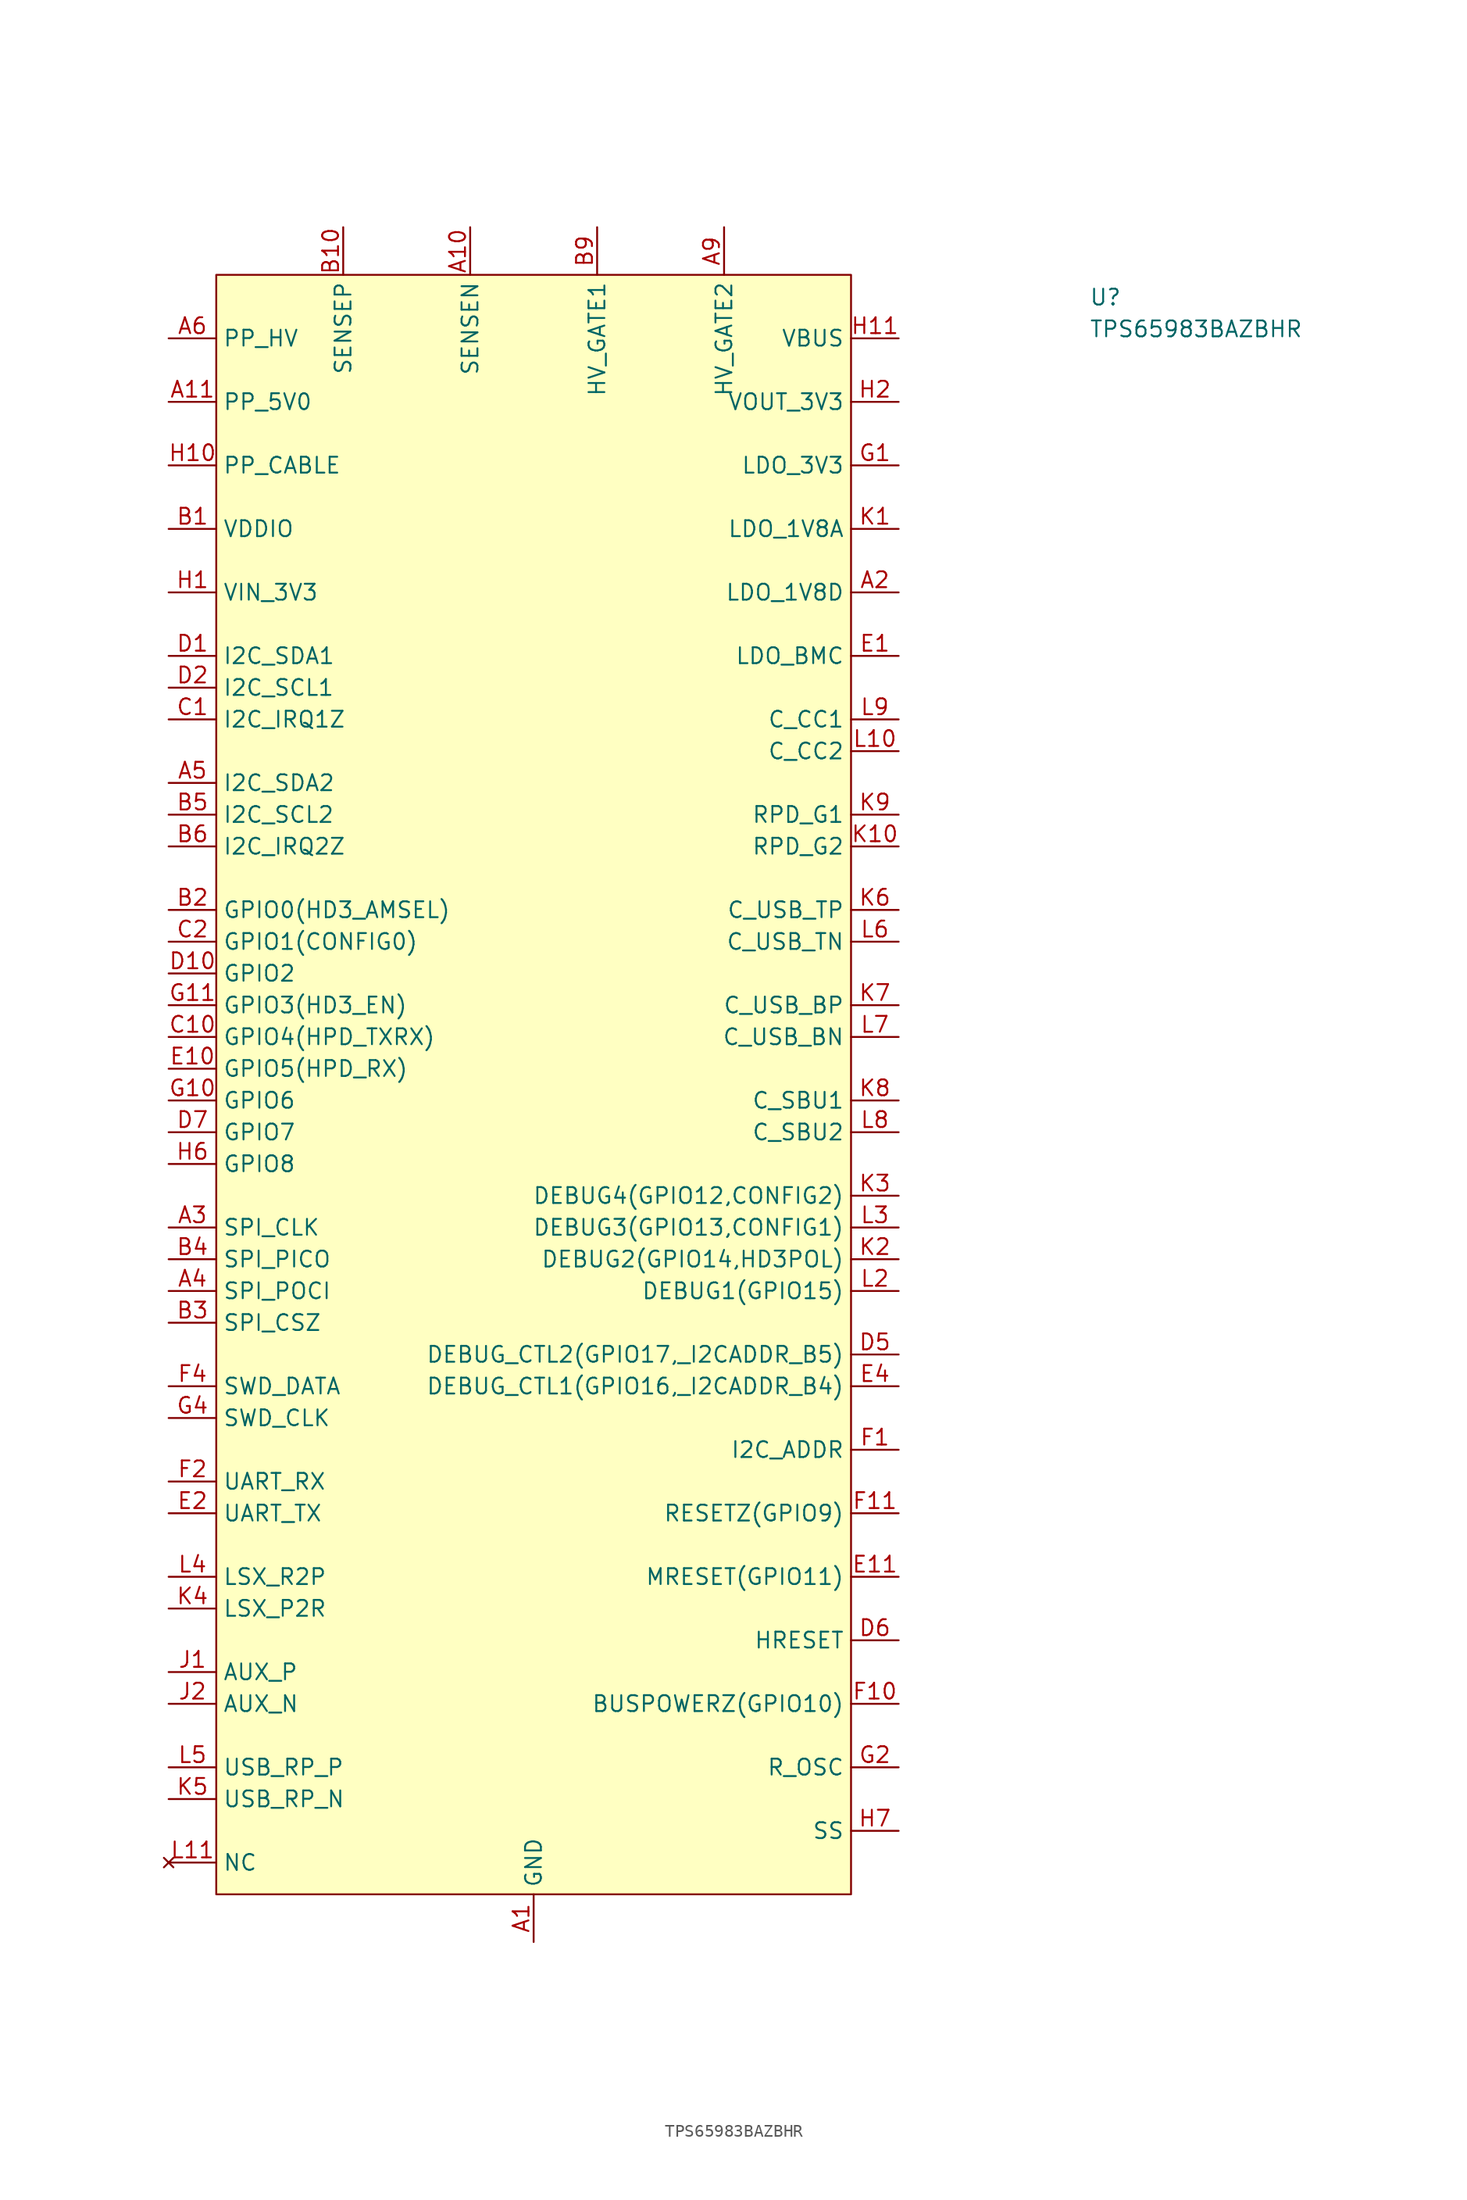
<source format=kicad_sym>
(kicad_symbol_lib
  (version 20211014)
  (generator kicad_symbol_editor)
  (symbol "TPS65983BAZBHR"
    (property "Reference" "U"
      (at 73.66 2.54 0)
      (effects (font (size 1.27 1.27) (thickness 0.15)) (justify left bottom)))
    (property "Value" "TPS65983BAZBHR"
      (at 73.66 0 0)
      (effects (font (size 1.27 1.27) (thickness 0.15)) (justify left bottom)))
    (symbol "TPS65983BAZBHR_0_1"
      (rectangle (start 3.81 5.08) (end 54.61 -124.46) (stroke (width 0) (type default) (color 0 0 0 0)) (fill (type background))))
    (symbol "TPS65983BAZBHR_1_1"
      (pin power_in line (at 29.21 -128.27 90) (length 3.81) (name "GND" (effects (font (size 1.27 1.27)))) (number "A1" (effects (font (size 1.27 1.27)))))
      (pin input line (at 24.13 8.89 270) (length 3.81) (name "SENSEN" (effects (font (size 1.27 1.27)))) (number "A10" (effects (font (size 1.27 1.27)))))
      (pin power_in line (at 0 -5.08 0) (length 3.81) (name "PP_5V0" (effects (font (size 1.27 1.27)))) (number "A11" (effects (font (size 1.27 1.27)))))
      (pin power_out line (at 58.42 -20.32 180) (length 3.81) (name "LDO_1V8D" (effects (font (size 1.27 1.27)))) (number "A2" (effects (font (size 1.27 1.27)))))
      (pin output line (at 0 -71.12 0) (length 3.81) (name "SPI_CLK" (effects (font (size 1.27 1.27)))) (number "A3" (effects (font (size 1.27 1.27)))))
      (pin input line (at 0 -76.2 0) (length 3.81) (name "SPI_POCI" (effects (font (size 1.27 1.27)))) (number "A4" (effects (font (size 1.27 1.27)))))
      (pin bidirectional line (at 0 -35.56 0) (length 3.81) (name "I2C_SDA2" (effects (font (size 1.27 1.27)))) (number "A5" (effects (font (size 1.27 1.27)))))
      (pin power_in line (at 0 0 0) (length 3.81) (name "PP_HV" (effects (font (size 1.27 1.27)))) (number "A6" (effects (font (size 1.27 1.27)))))
      (pin power_in line (at 0 0 0) (length 3.81) hide (name "PP_HV" (effects (font (size 1.27 1.27)))) (number "A7" (effects (font (size 1.27 1.27)))))
      (pin power_in line (at 0 0 0) (length 3.81) hide (name "PP_HV" (effects (font (size 1.27 1.27)))) (number "A8" (effects (font (size 1.27 1.27)))))
      (pin output line (at 44.45 8.89 270) (length 3.81) (name "HV_GATE2" (effects (font (size 1.27 1.27)))) (number "A9" (effects (font (size 1.27 1.27)))))
      (pin power_in line (at 0 -15.24 0) (length 3.81) (name "VDDIO" (effects (font (size 1.27 1.27)))) (number "B1" (effects (font (size 1.27 1.27)))))
      (pin input line (at 13.97 8.89 270) (length 3.81) (name "SENSEP" (effects (font (size 1.27 1.27)))) (number "B10" (effects (font (size 1.27 1.27)))))
      (pin power_in line (at 0 -5.08 0) (length 3.81) hide (name "PP_5V0" (effects (font (size 1.27 1.27)))) (number "B11" (effects (font (size 1.27 1.27)))))
      (pin bidirectional line (at 0 -45.72 0) (length 3.81) (name "GPIO0(HD3_AMSEL)" (effects (font (size 1.27 1.27)))) (number "B2" (effects (font (size 1.27 1.27)))))
      (pin output line (at 0 -78.74 0) (length 3.81) (name "SPI_CSZ" (effects (font (size 1.27 1.27)))) (number "B3" (effects (font (size 1.27 1.27)))))
      (pin output line (at 0 -73.66 0) (length 3.81) (name "SPI_PICO" (effects (font (size 1.27 1.27)))) (number "B4" (effects (font (size 1.27 1.27)))))
      (pin bidirectional line (at 0 -38.1 0) (length 3.81) (name "I2C_SCL2" (effects (font (size 1.27 1.27)))) (number "B5" (effects (font (size 1.27 1.27)))))
      (pin output line (at 0 -40.64 0) (length 3.81) (name "I2C_IRQ2Z" (effects (font (size 1.27 1.27)))) (number "B6" (effects (font (size 1.27 1.27)))))
      (pin power_in line (at 0 0 0) (length 3.81) hide (name "PP_HV" (effects (font (size 1.27 1.27)))) (number "B7" (effects (font (size 1.27 1.27)))))
      (pin power_in line (at 29.21 -128.27 90) (length 3.81) hide (name "GND" (effects (font (size 1.27 1.27)))) (number "B8" (effects (font (size 1.27 1.27)))))
      (pin output line (at 34.29 8.89 270) (length 3.81) (name "HV_GATE1" (effects (font (size 1.27 1.27)))) (number "B9" (effects (font (size 1.27 1.27)))))
      (pin output line (at 0 -30.48 0) (length 3.81) (name "I2C_IRQ1Z" (effects (font (size 1.27 1.27)))) (number "C1" (effects (font (size 1.27 1.27)))))
      (pin bidirectional line (at 0 -55.88 0) (length 3.81) (name "GPIO4(HPD_TXRX)" (effects (font (size 1.27 1.27)))) (number "C10" (effects (font (size 1.27 1.27)))))
      (pin power_in line (at 0 -5.08 0) (length 3.81) hide (name "PP_5V0" (effects (font (size 1.27 1.27)))) (number "C11" (effects (font (size 1.27 1.27)))))
      (pin bidirectional line (at 0 -48.26 0) (length 3.81) (name "GPIO1(CONFIG0)" (effects (font (size 1.27 1.27)))) (number "C2" (effects (font (size 1.27 1.27)))))
      (pin bidirectional line (at 0 -25.4 0) (length 3.81) (name "I2C_SDA1" (effects (font (size 1.27 1.27)))) (number "D1" (effects (font (size 1.27 1.27)))))
      (pin bidirectional line (at 0 -50.8 0) (length 3.81) (name "GPIO2" (effects (font (size 1.27 1.27)))) (number "D10" (effects (font (size 1.27 1.27)))))
      (pin power_in line (at 0 -5.08 0) (length 3.81) hide (name "PP_5V0" (effects (font (size 1.27 1.27)))) (number "D11" (effects (font (size 1.27 1.27)))))
      (pin bidirectional line (at 0 -27.94 0) (length 3.81) (name "I2C_SCL1" (effects (font (size 1.27 1.27)))) (number "D2" (effects (font (size 1.27 1.27)))))
      (pin bidirectional line (at 58.42 -81.28 180) (length 3.81) (name "DEBUG_CTL2(GPIO17,_I2CADDR_B5)" (effects (font (size 1.27 1.27)))) (number "D5" (effects (font (size 1.27 1.27)))))
      (pin input line (at 58.42 -104.14 180) (length 3.81) (name "HRESET" (effects (font (size 1.27 1.27)))) (number "D6" (effects (font (size 1.27 1.27)))))
      (pin bidirectional line (at 0 -63.5 0) (length 3.81) (name "GPIO7" (effects (font (size 1.27 1.27)))) (number "D7" (effects (font (size 1.27 1.27)))))
      (pin power_in line (at 29.21 -128.27 90) (length 3.81) hide (name "GND" (effects (font (size 1.27 1.27)))) (number "D8" (effects (font (size 1.27 1.27)))))
      (pin power_out line (at 58.42 -25.4 180) (length 3.81) (name "LDO_BMC" (effects (font (size 1.27 1.27)))) (number "E1" (effects (font (size 1.27 1.27)))))
      (pin bidirectional line (at 0 -58.42 0) (length 3.81) (name "GPIO5(HPD_RX)" (effects (font (size 1.27 1.27)))) (number "E10" (effects (font (size 1.27 1.27)))))
      (pin bidirectional line (at 58.42 -99.06 180) (length 3.81) (name "MRESET(GPIO11)" (effects (font (size 1.27 1.27)))) (number "E11" (effects (font (size 1.27 1.27)))))
      (pin output line (at 0 -93.98 0) (length 3.81) (name "UART_TX" (effects (font (size 1.27 1.27)))) (number "E2" (effects (font (size 1.27 1.27)))))
      (pin bidirectional line (at 58.42 -83.82 180) (length 3.81) (name "DEBUG_CTL1(GPIO16,_I2CADDR_B4)" (effects (font (size 1.27 1.27)))) (number "E4" (effects (font (size 1.27 1.27)))))
      (pin power_in line (at 29.21 -128.27 90) (length 3.81) hide (name "GND" (effects (font (size 1.27 1.27)))) (number "E5" (effects (font (size 1.27 1.27)))))
      (pin power_in line (at 29.21 -128.27 90) (length 3.81) hide (name "GND" (effects (font (size 1.27 1.27)))) (number "E6" (effects (font (size 1.27 1.27)))))
      (pin power_in line (at 29.21 -128.27 90) (length 3.81) hide (name "GND" (effects (font (size 1.27 1.27)))) (number "E7" (effects (font (size 1.27 1.27)))))
      (pin power_in line (at 29.21 -128.27 90) (length 3.81) hide (name "GND" (effects (font (size 1.27 1.27)))) (number "E8" (effects (font (size 1.27 1.27)))))
      (pin bidirectional line (at 58.42 -88.9 180) (length 3.81) (name "I2C_ADDR" (effects (font (size 1.27 1.27)))) (number "F1" (effects (font (size 1.27 1.27)))))
      (pin bidirectional line (at 58.42 -109.22 180) (length 3.81) (name "BUSPOWERZ(GPIO10)" (effects (font (size 1.27 1.27)))) (number "F10" (effects (font (size 1.27 1.27)))))
      (pin bidirectional line (at 58.42 -93.98 180) (length 3.81) (name "RESETZ(GPIO9)" (effects (font (size 1.27 1.27)))) (number "F11" (effects (font (size 1.27 1.27)))))
      (pin input line (at 0 -91.44 0) (length 3.81) (name "UART_RX" (effects (font (size 1.27 1.27)))) (number "F2" (effects (font (size 1.27 1.27)))))
      (pin bidirectional line (at 0 -83.82 0) (length 3.81) (name "SWD_DATA" (effects (font (size 1.27 1.27)))) (number "F4" (effects (font (size 1.27 1.27)))))
      (pin power_in line (at 29.21 -128.27 90) (length 3.81) hide (name "GND" (effects (font (size 1.27 1.27)))) (number "F5" (effects (font (size 1.27 1.27)))))
      (pin power_in line (at 29.21 -128.27 90) (length 3.81) hide (name "GND" (effects (font (size 1.27 1.27)))) (number "F6" (effects (font (size 1.27 1.27)))))
      (pin power_in line (at 29.21 -128.27 90) (length 3.81) hide (name "GND" (effects (font (size 1.27 1.27)))) (number "F7" (effects (font (size 1.27 1.27)))))
      (pin power_in line (at 29.21 -128.27 90) (length 3.81) hide (name "GND" (effects (font (size 1.27 1.27)))) (number "F8" (effects (font (size 1.27 1.27)))))
      (pin power_out line (at 58.42 -10.16 180) (length 3.81) (name "LDO_3V3" (effects (font (size 1.27 1.27)))) (number "G1" (effects (font (size 1.27 1.27)))))
      (pin bidirectional line (at 0 -60.96 0) (length 3.81) (name "GPIO6" (effects (font (size 1.27 1.27)))) (number "G10" (effects (font (size 1.27 1.27)))))
      (pin bidirectional line (at 0 -53.34 0) (length 3.81) (name "GPIO3(HD3_EN)" (effects (font (size 1.27 1.27)))) (number "G11" (effects (font (size 1.27 1.27)))))
      (pin bidirectional line (at 58.42 -114.3 180) (length 3.81) (name "R_OSC" (effects (font (size 1.27 1.27)))) (number "G2" (effects (font (size 1.27 1.27)))))
      (pin input line (at 0 -86.36 0) (length 3.81) (name "SWD_CLK" (effects (font (size 1.27 1.27)))) (number "G4" (effects (font (size 1.27 1.27)))))
      (pin power_in line (at 29.21 -128.27 90) (length 3.81) hide (name "GND" (effects (font (size 1.27 1.27)))) (number "G5" (effects (font (size 1.27 1.27)))))
      (pin power_in line (at 29.21 -128.27 90) (length 3.81) hide (name "GND" (effects (font (size 1.27 1.27)))) (number "G6" (effects (font (size 1.27 1.27)))))
      (pin power_in line (at 29.21 -128.27 90) (length 3.81) hide (name "GND" (effects (font (size 1.27 1.27)))) (number "G7" (effects (font (size 1.27 1.27)))))
      (pin power_in line (at 29.21 -128.27 90) (length 3.81) hide (name "GND" (effects (font (size 1.27 1.27)))) (number "G8" (effects (font (size 1.27 1.27)))))
      (pin power_in line (at 0 -20.32 0) (length 3.81) (name "VIN_3V3" (effects (font (size 1.27 1.27)))) (number "H1" (effects (font (size 1.27 1.27)))))
      (pin power_in line (at 0 -10.16 0) (length 3.81) (name "PP_CABLE" (effects (font (size 1.27 1.27)))) (number "H10" (effects (font (size 1.27 1.27)))))
      (pin power_in line (at 58.42 0 180) (length 3.81) (name "VBUS" (effects (font (size 1.27 1.27)))) (number "H11" (effects (font (size 1.27 1.27)))))
      (pin power_out line (at 58.42 -5.08 180) (length 3.81) (name "VOUT_3V3" (effects (font (size 1.27 1.27)))) (number "H2" (effects (font (size 1.27 1.27)))))
      (pin power_in line (at 29.21 -128.27 90) (length 3.81) hide (name "GND" (effects (font (size 1.27 1.27)))) (number "H4" (effects (font (size 1.27 1.27)))))
      (pin power_in line (at 29.21 -128.27 90) (length 3.81) hide (name "GND" (effects (font (size 1.27 1.27)))) (number "H5" (effects (font (size 1.27 1.27)))))
      (pin bidirectional line (at 0 -66.04 0) (length 3.81) (name "GPIO8" (effects (font (size 1.27 1.27)))) (number "H6" (effects (font (size 1.27 1.27)))))
      (pin output line (at 58.42 -119.38 180) (length 3.81) (name "SS" (effects (font (size 1.27 1.27)))) (number "H7" (effects (font (size 1.27 1.27)))))
      (pin power_in line (at 29.21 -128.27 90) (length 3.81) hide (name "GND" (effects (font (size 1.27 1.27)))) (number "H8" (effects (font (size 1.27 1.27)))))
      (pin bidirectional line (at 0 -106.68 0) (length 3.81) (name "AUX_P" (effects (font (size 1.27 1.27)))) (number "J1" (effects (font (size 1.27 1.27)))))
      (pin power_in line (at 58.42 0 180) (length 3.81) hide (name "VBUS" (effects (font (size 1.27 1.27)))) (number "J10" (effects (font (size 1.27 1.27)))))
      (pin power_in line (at 58.42 0 180) (length 3.81) hide (name "VBUS" (effects (font (size 1.27 1.27)))) (number "J11" (effects (font (size 1.27 1.27)))))
      (pin bidirectional line (at 0 -109.22 0) (length 3.81) (name "AUX_N" (effects (font (size 1.27 1.27)))) (number "J2" (effects (font (size 1.27 1.27)))))
      (pin power_out line (at 58.42 -15.24 180) (length 3.81) (name "LDO_1V8A" (effects (font (size 1.27 1.27)))) (number "K1" (effects (font (size 1.27 1.27)))))
      (pin bidirectional line (at 58.42 -40.64 180) (length 3.81) (name "RPD_G2" (effects (font (size 1.27 1.27)))) (number "K10" (effects (font (size 1.27 1.27)))))
      (pin power_in line (at 58.42 0 180) (length 3.81) hide (name "VBUS" (effects (font (size 1.27 1.27)))) (number "K11" (effects (font (size 1.27 1.27)))))
      (pin bidirectional line (at 58.42 -73.66 180) (length 3.81) (name "DEBUG2(GPIO14,HD3POL)" (effects (font (size 1.27 1.27)))) (number "K2" (effects (font (size 1.27 1.27)))))
      (pin bidirectional line (at 58.42 -68.58 180) (length 3.81) (name "DEBUG4(GPIO12,CONFIG2)" (effects (font (size 1.27 1.27)))) (number "K3" (effects (font (size 1.27 1.27)))))
      (pin output line (at 0 -101.6 0) (length 3.81) (name "LSX_P2R" (effects (font (size 1.27 1.27)))) (number "K4" (effects (font (size 1.27 1.27)))))
      (pin bidirectional line (at 0 -116.84 0) (length 3.81) (name "USB_RP_N" (effects (font (size 1.27 1.27)))) (number "K5" (effects (font (size 1.27 1.27)))))
      (pin bidirectional line (at 58.42 -45.72 180) (length 3.81) (name "C_USB_TP" (effects (font (size 1.27 1.27)))) (number "K6" (effects (font (size 1.27 1.27)))))
      (pin bidirectional line (at 58.42 -53.34 180) (length 3.81) (name "C_USB_BP" (effects (font (size 1.27 1.27)))) (number "K7" (effects (font (size 1.27 1.27)))))
      (pin bidirectional line (at 58.42 -60.96 180) (length 3.81) (name "C_SBU1" (effects (font (size 1.27 1.27)))) (number "K8" (effects (font (size 1.27 1.27)))))
      (pin bidirectional line (at 58.42 -38.1 180) (length 3.81) (name "RPD_G1" (effects (font (size 1.27 1.27)))) (number "K9" (effects (font (size 1.27 1.27)))))
      (pin power_in line (at 29.21 -128.27 90) (length 3.81) hide (name "GND" (effects (font (size 1.27 1.27)))) (number "L1" (effects (font (size 1.27 1.27)))))
      (pin bidirectional line (at 58.42 -33.02 180) (length 3.81) (name "C_CC2" (effects (font (size 1.27 1.27)))) (number "L10" (effects (font (size 1.27 1.27)))))
      (pin no_connect line (at 0 -121.92 0) (length 3.81) (name "NC" (effects (font (size 1.27 1.27)))) (number "L11" (effects (font (size 1.27 1.27)))))
      (pin bidirectional line (at 58.42 -76.2 180) (length 3.81) (name "DEBUG1(GPIO15)" (effects (font (size 1.27 1.27)))) (number "L2" (effects (font (size 1.27 1.27)))))
      (pin bidirectional line (at 58.42 -71.12 180) (length 3.81) (name "DEBUG3(GPIO13,CONFIG1)" (effects (font (size 1.27 1.27)))) (number "L3" (effects (font (size 1.27 1.27)))))
      (pin input line (at 0 -99.06 0) (length 3.81) (name "LSX_R2P" (effects (font (size 1.27 1.27)))) (number "L4" (effects (font (size 1.27 1.27)))))
      (pin bidirectional line (at 0 -114.3 0) (length 3.81) (name "USB_RP_P" (effects (font (size 1.27 1.27)))) (number "L5" (effects (font (size 1.27 1.27)))))
      (pin bidirectional line (at 58.42 -48.26 180) (length 3.81) (name "C_USB_TN" (effects (font (size 1.27 1.27)))) (number "L6" (effects (font (size 1.27 1.27)))))
      (pin bidirectional line (at 58.42 -55.88 180) (length 3.81) (name "C_USB_BN" (effects (font (size 1.27 1.27)))) (number "L7" (effects (font (size 1.27 1.27)))))
      (pin bidirectional line (at 58.42 -63.5 180) (length 3.81) (name "C_SBU2" (effects (font (size 1.27 1.27)))) (number "L8" (effects (font (size 1.27 1.27)))))
      (pin bidirectional line (at 58.42 -30.48 180) (length 3.81) (name "C_CC1" (effects (font (size 1.27 1.27)))) (number "L9" (effects (font (size 1.27 1.27))))))))
</source>
